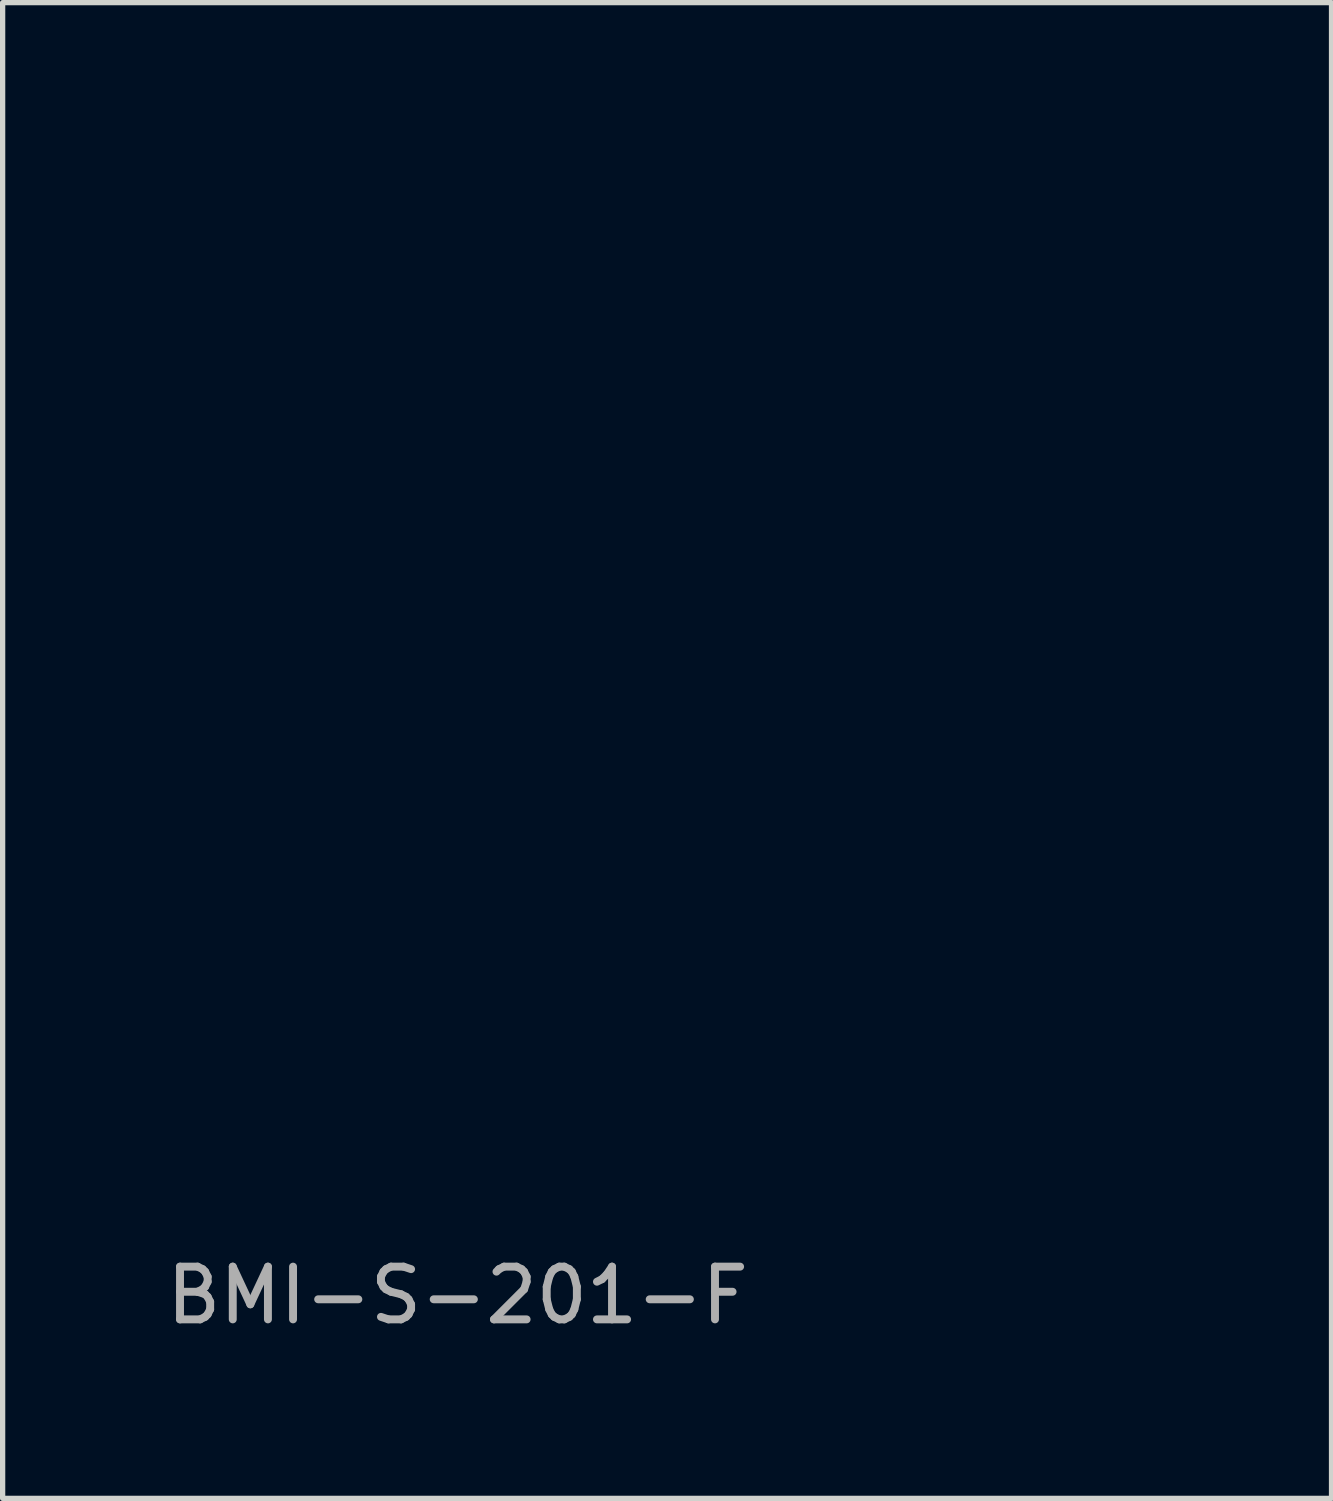
<source format=kicad_pcb>
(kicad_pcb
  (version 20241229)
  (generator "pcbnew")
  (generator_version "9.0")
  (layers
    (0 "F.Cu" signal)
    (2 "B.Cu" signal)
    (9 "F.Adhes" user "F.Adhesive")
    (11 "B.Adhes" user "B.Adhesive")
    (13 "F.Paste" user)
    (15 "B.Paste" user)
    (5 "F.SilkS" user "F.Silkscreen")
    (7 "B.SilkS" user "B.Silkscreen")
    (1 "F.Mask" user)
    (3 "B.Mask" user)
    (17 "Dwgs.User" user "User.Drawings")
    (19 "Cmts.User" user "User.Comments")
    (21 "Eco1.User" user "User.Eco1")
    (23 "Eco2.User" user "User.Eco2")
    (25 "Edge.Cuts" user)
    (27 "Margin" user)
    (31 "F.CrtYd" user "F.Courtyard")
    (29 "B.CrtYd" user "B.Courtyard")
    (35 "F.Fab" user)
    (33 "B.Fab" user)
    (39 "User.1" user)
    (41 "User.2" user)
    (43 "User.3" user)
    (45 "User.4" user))
  (footprint "BMI-S-201-F"
    (layer "F.Cu")
    (at 5.625 14.51)
    (property "Reference" "BMI-S-201-F" (at 0 7 0) (layer "F.Fab") (effects (font (size 1 1) (thickness 0.15))))
    (attr through_hole)
    (fp_line (start 0 -14.46) (end 0 -11.33) (stroke (width 0.1) (type solid)) (layer "F.Mask"))
    (fp_line (start 0 -14.46) (end 2.66 -14.46) (stroke (width 0.1) (type solid)) (layer "F.Mask"))
    (fp_line (start 0 -11.33) (end 1 -11.33) (stroke (width 0.1) (type solid)) (layer "F.Mask"))
    (fp_line (start 0 -9.13) (end 1 -9.13) (stroke (width 0.1) (type solid)) (layer "F.Mask"))
    (fp_line (start 0 -8.58) (end 0 -9.13) (stroke (width 0.1) (type solid)) (layer "F.Mask"))
    (fp_line (start 0 -7.99) (end 0 -8.58) (stroke (width 0.1) (type solid)) (layer "F.Mask"))
    (fp_line (start 0 -7.79) (end 0 -7.99) (stroke (width 0.1) (type solid)) (layer "F.Mask"))
    (fp_line (start 0 -6.92) (end 0 -7.79) (stroke (width 0.1) (type solid)) (layer "F.Mask"))
    (fp_line (start 0 -5.91) (end 0 -6.92) (stroke (width 0.1) (type solid)) (layer "F.Mask"))
    (fp_line (start 0 -5.61) (end 0 -5.91) (stroke (width 0.1) (type solid)) (layer "F.Mask"))
    (fp_line (start 0 -5.44) (end 0 -5.61) (stroke (width 0.1) (type solid)) (layer "F.Mask"))
    (fp_line (start 0 -5.33) (end 0 -5.44) (stroke (width 0.1) (type solid)) (layer "F.Mask"))
    (fp_line (start 0 -5.33) (end 1 -5.33) (stroke (width 0.1) (type solid)) (layer "F.Mask"))
    (fp_line (start 0 -3.13) (end 1 -3.13) (stroke (width 0.1) (type solid)) (layer "F.Mask"))
    (fp_line (start 0 -1) (end 0 0) (stroke (width 0.1) (type solid)) (layer "F.Mask"))
    (fp_line (start 0 0) (end 0 -3.13) (stroke (width 0.1) (type solid)) (layer "F.Mask"))
    (fp_line (start 0 0) (end 2.66 0) (stroke (width 0.1) (type solid)) (layer "F.Mask"))
    (fp_line (start 0.02 -13.51) (end 0.18 -13.61) (stroke (width 0.1) (type solid)) (layer "F.Mask"))
    (fp_line (start 0.03 -5.38) (end 0.06 -5.57) (stroke (width 0.15) (type solid)) (layer "F.Mask"))
    (fp_line (start 0.04 -13.8) (end 0.05 -13.45) (stroke (width 0.1) (type solid)) (layer "F.Mask"))
    (fp_line (start 0.05 -14.41) (end 0.06 -14.16) (stroke (width 0.1) (type solid)) (layer "F.Mask"))
    (fp_line (start 0.05 -13.45) (end 0.52 -13.45) (stroke (width 0.1) (type solid)) (layer "F.Mask"))
    (fp_line (start 0.05 -11.41) (end 0.14 -11.46) (stroke (width 0.1) (type solid)) (layer "F.Mask"))
    (fp_line (start 0.06 -14.16) (end 0.12 -14.41) (stroke (width 0.1) (type solid)) (layer "F.Mask"))
    (fp_line (start 0.06 -9.09) (end 0.07 -8.9) (stroke (width 0.15) (type solid)) (layer "F.Mask"))
    (fp_line (start 0.06 -5.57) (end 0.11 -5.45) (stroke (width 0.15) (type solid)) (layer "F.Mask"))
    (fp_line (start 0.06 -2.86) (end 0.07 -3.05) (stroke (width 0.15) (type solid)) (layer "F.Mask"))
    (fp_line (start 0.07 -8.9) (end 0.19 -9.08) (stroke (width 0.15) (type solid)) (layer "F.Mask"))
    (fp_line (start 0.07 -3.05) (end 0.22 -3.06) (stroke (width 0.15) (type solid)) (layer "F.Mask"))
    (fp_line (start 0.07 -0.2) (end 0.07 -0.1) (stroke (width 0.15) (type solid)) (layer "F.Mask"))
    (fp_line (start 0.07 -0.1) (end 0.25 -0.07) (stroke (width 0.15) (type solid)) (layer "F.Mask"))
    (fp_line (start 0.12 -14.41) (end 0.18 -14.33) (stroke (width 0.1) (type solid)) (layer "F.Mask"))
    (fp_line (start 0.14 -11.46) (end 0.05 -11.51) (stroke (width 0.1) (type solid)) (layer "F.Mask"))
    (fp_line (start 0.18 -14.33) (end 0.24 -14.42) (stroke (width 0.1) (type solid)) (layer "F.Mask"))
    (fp_line (start 0.18 -13.61) (end 0.09 -13.65) (stroke (width 0.1) (type solid)) (layer "F.Mask"))
    (fp_line (start 0.19 -9.08) (end 0.26 -9.08) (stroke (width 0.15) (type solid)) (layer "F.Mask"))
    (fp_line (start 0.22 -3.06) (end 0.91 -3.07) (stroke (width 0.15) (type solid)) (layer "F.Mask"))
    (fp_line (start 0.25 -0.07) (end 2.62 -0.07) (stroke (width 0.15) (type solid)) (layer "F.Mask"))
    (fp_line (start 0.29 -14.42) (end 0.31 -14.38) (stroke (width 0.1) (type solid)) (layer "F.Mask"))
    (fp_line (start 0.32 -11.38) (end 0.05 -11.41) (stroke (width 0.1) (type solid)) (layer "F.Mask"))
    (fp_line (start 0.33 -5.39) (end 0.03 -5.38) (stroke (width 0.15) (type solid)) (layer "F.Mask"))
    (fp_line (start 0.35 -13.53) (end 0.02 -13.51) (stroke (width 0.1) (type solid)) (layer "F.Mask"))
    (fp_line (start 0.46 -13.77) (end 0.46 -11.83) (stroke (width 1) (type solid)) (layer "F.Mask"))
    (fp_line (start 0.48 -0.5) (end 2.17 -0.5) (stroke (width 1) (type solid)) (layer "F.Mask"))
    (fp_line (start 0.49 -8.63) (end 0.49 -5.83) (stroke (width 1) (type solid)) (layer "F.Mask"))
    (fp_line (start 0.49 -2.64) (end 0.48 -0.5) (stroke (width 1) (type solid)) (layer "F.Mask"))
    (fp_line (start 0.51 -13.96) (end 2.15 -13.96) (stroke (width 1) (type solid)) (layer "F.Mask"))
    (fp_line (start 0.7 -9.09) (end 0.95 -9.07) (stroke (width 0.15) (type solid)) (layer "F.Mask"))
    (fp_line (start 0.71 -5.39) (end 0.93 -5.48) (stroke (width 0.15) (type solid)) (layer "F.Mask"))
    (fp_line (start 0.77 -11.37) (end 0.68 -11.41) (stroke (width 0.1) (type solid)) (layer "F.Mask"))
    (fp_line (start 0.79 -11.48) (end 0.77 -11.37) (stroke (width 0.1) (type solid)) (layer "F.Mask"))
    (fp_line (start 0.83 -9) (end 0.96 -8.89) (stroke (width 0.15) (type solid)) (layer "F.Mask"))
    (fp_line (start 0.84 -11.38) (end 0.79 -11.48) (stroke (width 0.1) (type solid)) (layer "F.Mask"))
    (fp_line (start 0.86 -11.55) (end 0.84 -11.38) (stroke (width 0.1) (type solid)) (layer "F.Mask"))
    (fp_line (start 0.91 -3.07) (end 0.93 -2.82) (stroke (width 0.15) (type solid)) (layer "F.Mask"))
    (fp_line (start 0.93 -11.78) (end 0.93 -11.38) (stroke (width 0.1) (type solid)) (layer "F.Mask"))
    (fp_line (start 0.93 -11.38) (end 0.86 -11.55) (stroke (width 0.1) (type solid)) (layer "F.Mask"))
    (fp_line (start 0.93 -5.48) (end 0.93 -5.63) (stroke (width 0.15) (type solid)) (layer "F.Mask"))
    (fp_line (start 0.93 -2.82) (end 0.07 -0.2) (stroke (width 0.15) (type solid)) (layer "F.Mask"))
    (fp_line (start 0.95 -9.07) (end 0.83 -9) (stroke (width 0.15) (type solid)) (layer "F.Mask"))
    (fp_line (start 0.97 -5.38) (end 0.71 -5.39) (stroke (width 0.15) (type solid)) (layer "F.Mask"))
    (fp_line (start 1 -14.15) (end 1 -14.46) (stroke (width 0.1) (type solid)) (layer "F.Mask"))
    (fp_line (start 1 -13.94) (end 1 -14.15) (stroke (width 0.1) (type solid)) (layer "F.Mask"))
    (fp_line (start 1 -13.8) (end 1 -13.94) (stroke (width 0.1) (type solid)) (layer "F.Mask"))
    (fp_line (start 1 -11.81) (end 1 -13.8) (stroke (width 0.1) (type solid)) (layer "F.Mask"))
    (fp_line (start 1 -11.33) (end 1 -11.81) (stroke (width 0.1) (type solid)) (layer "F.Mask"))
    (fp_line (start 1 -9.13) (end 1 -8.48) (stroke (width 0.1) (type solid)) (layer "F.Mask"))
    (fp_line (start 1 -8.48) (end 1 -8.15) (stroke (width 0.1) (type solid)) (layer "F.Mask"))
    (fp_line (start 1 -8.15) (end 1 -7.65) (stroke (width 0.1) (type solid)) (layer "F.Mask"))
    (fp_line (start 1 -7.65) (end 1 -7.3) (stroke (width 0.1) (type solid)) (layer "F.Mask"))
    (fp_line (start 1 -7.3) (end 1 -6.85) (stroke (width 0.1) (type solid)) (layer "F.Mask"))
    (fp_line (start 1 -6.85) (end 1 -6.27) (stroke (width 0.1) (type solid)) (layer "F.Mask"))
    (fp_line (start 1 -6.27) (end 1 -5.73) (stroke (width 0.1) (type solid)) (layer "F.Mask"))
    (fp_line (start 1 -5.73) (end 1 -5.33) (stroke (width 0.1) (type solid)) (layer "F.Mask"))
    (fp_line (start 1 -3.13) (end 1 0) (stroke (width 0.1) (type solid)) (layer "F.Mask"))
    (fp_line (start 1 0) (end 0 0) (stroke (width 0.1) (type solid)) (layer "F.Mask"))
    (fp_line (start 2.32 -13.54) (end 2.56 -13.64) (stroke (width 0.1) (type solid)) (layer "F.Mask"))
    (fp_line (start 2.42 -14.28) (end 2.42 -14.41) (stroke (width 0.1) (type solid)) (layer "F.Mask"))
    (fp_line (start 2.53 -14.41) (end 2.42 -14.28) (stroke (width 0.1) (type solid)) (layer "F.Mask"))
    (fp_line (start 2.54 -0.18) (end 2.56 -0.94) (stroke (width 0.15) (type solid)) (layer "F.Mask"))
    (fp_line (start 2.56 -0.94) (end 2.4 -0.92) (stroke (width 0.15) (type solid)) (layer "F.Mask"))
    (fp_line (start 2.59 -14.18) (end 2.53 -14.41) (stroke (width 0.1) (type solid)) (layer "F.Mask"))
    (fp_line (start 2.59 -0.22) (end 2.54 -0.18) (stroke (width 0.15) (type solid)) (layer "F.Mask"))
    (fp_line (start 2.6 -14.41) (end 2.59 -14.18) (stroke (width 0.1) (type solid)) (layer "F.Mask"))
    (fp_line (start 2.6 -13.82) (end 2.6 -13.53) (stroke (width 0.1) (type solid)) (layer "F.Mask"))
    (fp_line (start 2.6 -13.53) (end 2.32 -13.54) (stroke (width 0.1) (type solid)) (layer "F.Mask"))
    (fp_line (start 2.62 -0.07) (end 2.59 -0.22) (stroke (width 0.15) (type solid)) (layer "F.Mask"))
    (fp_line (start 2.66 -14.46) (end 2.66 -13.46) (stroke (width 0.1) (type solid)) (layer "F.Mask"))
    (fp_line (start 2.66 -13.46) (end 1 -13.46) (stroke (width 0.1) (type solid)) (layer "F.Mask"))
    (fp_line (start 2.66 -1) (end 0 -1) (stroke (width 0.1) (type solid)) (layer "F.Mask"))
    (fp_line (start 2.66 0) (end 2.66 -1) (stroke (width 0.1) (type solid)) (layer "F.Mask"))
    (fp_line (start 4.86 -14.46) (end 8.86 -14.46) (stroke (width 0.1) (type solid)) (layer "F.Mask"))
    (fp_line (start 4.86 -13.46) (end 4.86 -14.46) (stroke (width 0.1) (type solid)) (layer "F.Mask"))
    (fp_line (start 4.86 -1) (end 4.86 0) (stroke (width 0.1) (type solid)) (layer "F.Mask"))
    (fp_line (start 4.86 0) (end 8.66 0) (stroke (width 0.1) (type solid)) (layer "F.Mask"))
    (fp_line (start 4.9 -0.06) (end 4.94 -0.93) (stroke (width 0.15) (type solid)) (layer "F.Mask"))
    (fp_line (start 4.92 -14.4) (end 4.92 -14.32) (stroke (width 0.15) (type solid)) (layer "F.Mask"))
    (fp_line (start 4.92 -14.32) (end 4.93 -13.5) (stroke (width 0.15) (type solid)) (layer "F.Mask"))
    (fp_line (start 4.93 -13.5) (end 5.14 -13.55) (stroke (width 0.15) (type solid)) (layer "F.Mask"))
    (fp_line (start 4.94 -0.93) (end 5.14 -0.93) (stroke (width 0.15) (type solid)) (layer "F.Mask"))
    (fp_line (start 5.11 -14.37) (end 4.92 -14.4) (stroke (width 0.15) (type solid)) (layer "F.Mask"))
    (fp_line (start 5.13 -0.07) (end 4.9 -0.06) (stroke (width 0.15) (type solid)) (layer "F.Mask"))
    (fp_line (start 5.14 -13.55) (end 5.18 -13.62) (stroke (width 0.15) (type solid)) (layer "F.Mask"))
    (fp_line (start 5.14 -0.93) (end 5.62 -0.75) (stroke (width 0.15) (type solid)) (layer "F.Mask"))
    (fp_line (start 5.31 -13.98) (end 8.36 -13.96) (stroke (width 1) (type solid)) (layer "F.Mask"))
    (fp_line (start 5.33 -0.48) (end 8.15 -0.48) (stroke (width 1) (type solid)) (layer "F.Mask"))
    (fp_line (start 8.24 -0.95) (end 8.6 -0.94) (stroke (width 0.15) (type solid)) (layer "F.Mask"))
    (fp_line (start 8.5 -0.87) (end 8.59 -0.09) (stroke (width 0.15) (type solid)) (layer "F.Mask"))
    (fp_line (start 8.59 -0.09) (end 8.38 -0.06) (stroke (width 0.15) (type solid)) (layer "F.Mask"))
    (fp_line (start 8.6 -0.94) (end 8.6 -0.69) (stroke (width 0.15) (type solid)) (layer "F.Mask"))
    (fp_line (start 8.6 -0.69) (end 8.49 -0.89) (stroke (width 0.15) (type solid)) (layer "F.Mask"))
    (fp_line (start 8.61 -13.53) (end 8.69 -13.63) (stroke (width 0.15) (type solid)) (layer "F.Mask"))
    (fp_line (start 8.64 -14.39) (end 8.73 -14.31) (stroke (width 0.15) (type solid)) (layer "F.Mask"))
    (fp_line (start 8.66 -1) (end 4.86 -1) (stroke (width 0.1) (type solid)) (layer "F.Mask"))
    (fp_line (start 8.66 -1) (end 8.66 0) (stroke (width 0.1) (type solid)) (layer "F.Mask"))
    (fp_line (start 8.78 -14.1) (end 8.81 -14.38) (stroke (width 0.15) (type solid)) (layer "F.Mask"))
    (fp_line (start 8.78 -13.88) (end 8.8 -13.51) (stroke (width 0.15) (type solid)) (layer "F.Mask"))
    (fp_line (start 8.8 -13.51) (end 8.61 -13.53) (stroke (width 0.15) (type solid)) (layer "F.Mask"))
    (fp_line (start 8.81 -14.38) (end 8.64 -14.39) (stroke (width 0.15) (type solid)) (layer "F.Mask"))
    (fp_line (start 8.86 -14.46) (end 8.86 -13.46) (stroke (width 0.1) (type solid)) (layer "F.Mask"))
    (fp_line (start 8.86 -13.46) (end 4.86 -13.46) (stroke (width 0.1) (type solid)) (layer "F.Mask"))
    (fp_line (start 10.81 -14.46) (end 11.35 -14.46) (stroke (width 0.1) (type solid)) (layer "F.Mask"))
    (fp_line (start 10.81 -13.46) (end 10.81 -14.46) (stroke (width 0.1) (type solid)) (layer "F.Mask"))
    (fp_line (start 10.85 -14.3) (end 10.87 -14.4) (stroke (width 0.15) (type solid)) (layer "F.Mask"))
    (fp_line (start 10.86 -13.72) (end 10.94 -13.6) (stroke (width 0.15) (type solid)) (layer "F.Mask"))
    (fp_line (start 10.86 -1) (end 10.86 0) (stroke (width 0.1) (type solid)) (layer "F.Mask"))
    (fp_line (start 10.86 -1) (end 13.51 -1) (stroke (width 0.1) (type solid)) (layer "F.Mask"))
    (fp_line (start 10.87 -14.4) (end 10.99 -14.4) (stroke (width 0.15) (type solid)) (layer "F.Mask"))
    (fp_line (start 10.89 -13.51) (end 10.86 -13.72) (stroke (width 0.15) (type solid)) (layer "F.Mask"))
    (fp_line (start 10.91 -0.29) (end 10.94 -0.07) (stroke (width 0.15) (type solid)) (layer "F.Mask"))
    (fp_line (start 10.92 -0.73) (end 10.93 -0.94) (stroke (width 0.15) (type solid)) (layer "F.Mask"))
    (fp_line (start 10.93 -14.24) (end 10.85 -14.3) (stroke (width 0.15) (type solid)) (layer "F.Mask"))
    (fp_line (start 10.93 -0.94) (end 11.1 -0.92) (stroke (width 0.15) (type solid)) (layer "F.Mask"))
    (fp_line (start 10.94 -0.07) (end 11.11 -0.09) (stroke (width 0.15) (type solid)) (layer "F.Mask"))
    (fp_line (start 10.99 -14.4) (end 10.98 -14.34) (stroke (width 0.15) (type solid)) (layer "F.Mask"))
    (fp_line (start 11.26 -13.56) (end 10.89 -13.51) (stroke (width 0.15) (type solid)) (layer "F.Mask"))
    (fp_line (start 11.34 -0.5) (end 13.05 -0.49) (stroke (width 1) (type solid)) (layer "F.Mask"))
    (fp_line (start 11.35 -14.46) (end 13.08 -14.46) (stroke (width 0.1) (type solid)) (layer "F.Mask"))
    (fp_line (start 12.51 -13.46) (end 10.81 -13.46) (stroke (width 0.1) (type solid)) (layer "F.Mask"))
    (fp_line (start 12.51 -11.33) (end 12.51 -13.46) (stroke (width 0.1) (type solid)) (layer "F.Mask"))
    (fp_line (start 12.51 -9.13) (end 13.51 -9.13) (stroke (width 0.1) (type solid)) (layer "F.Mask"))
    (fp_line (start 12.51 -9.01) (end 12.51 -9.13) (stroke (width 0.1) (type solid)) (layer "F.Mask"))
    (fp_line (start 12.51 -7.89) (end 12.51 -9.01) (stroke (width 0.1) (type solid)) (layer "F.Mask"))
    (fp_line (start 12.51 -7.21) (end 12.51 -7.89) (stroke (width 0.1) (type solid)) (layer "F.Mask"))
    (fp_line (start 12.51 -6.63) (end 12.51 -7.21) (stroke (width 0.1) (type solid)) (layer "F.Mask"))
    (fp_line (start 12.51 -6.57) (end 12.51 -6.63) (stroke (width 0.1) (type solid)) (layer "F.Mask"))
    (fp_line (start 12.51 -5.33) (end 12.51 -6.57) (stroke (width 0.1) (type solid)) (layer "F.Mask"))
    (fp_line (start 12.51 -5.33) (end 13.51 -5.33) (stroke (width 0.1) (type solid)) (layer "F.Mask"))
    (fp_line (start 12.51 -3.13) (end 12.51 -1) (stroke (width 0.1) (type solid)) (layer "F.Mask"))
    (fp_line (start 12.55 -11.63) (end 12.64 -11.47) (stroke (width 0.15) (type solid)) (layer "F.Mask"))
    (fp_line (start 12.56 -8.82) (end 12.57 -9.07) (stroke (width 0.15) (type solid)) (layer "F.Mask"))
    (fp_line (start 12.57 -11.39) (end 12.55 -11.63) (stroke (width 0.15) (type solid)) (layer "F.Mask"))
    (fp_line (start 12.57 -9.07) (end 12.74 -9.1) (stroke (width 0.15) (type solid)) (layer "F.Mask"))
    (fp_line (start 12.57 -5.63) (end 12.72 -5.41) (stroke (width 0.15) (type solid)) (layer "F.Mask"))
    (fp_line (start 12.57 -3.08) (end 12.79 -3.02) (stroke (width 0.15) (type solid)) (layer "F.Mask"))
    (fp_line (start 12.58 -2.8) (end 12.57 -3.08) (stroke (width 0.15) (type solid)) (layer "F.Mask"))
    (fp_line (start 12.59 -5.39) (end 12.57 -5.63) (stroke (width 0.15) (type solid)) (layer "F.Mask"))
    (fp_line (start 12.72 -5.41) (end 12.72 -5.44) (stroke (width 0.15) (type solid)) (layer "F.Mask"))
    (fp_line (start 12.74 -9.1) (end 12.63 -8.97) (stroke (width 0.15) (type solid)) (layer "F.Mask"))
    (fp_line (start 12.91 -5.39) (end 12.59 -5.39) (stroke (width 0.15) (type solid)) (layer "F.Mask"))
    (fp_line (start 13 -0.48) (end 13.01 -2.65) (stroke (width 1) (type solid)) (layer "F.Mask"))
    (fp_line (start 13.01 -11.85) (end 13.02 -13.98) (stroke (width 1) (type solid)) (layer "F.Mask"))
    (fp_line (start 13.02 -5.85) (end 13.02 -8.64) (stroke (width 1) (type solid)) (layer "F.Mask"))
    (fp_line (start 13.03 -13.97) (end 11.3 -13.98) (stroke (width 1) (type solid)) (layer "F.Mask"))
    (fp_line (start 13.08 -14.46) (end 13.51 -14.46) (stroke (width 0.1) (type solid)) (layer "F.Mask"))
    (fp_line (start 13.13 -9.06) (end 13.45 -9.04) (stroke (width 0.15) (type solid)) (layer "F.Mask"))
    (fp_line (start 13.19 -11.38) (end 13.37 -11.46) (stroke (width 0.15) (type solid)) (layer "F.Mask"))
    (fp_line (start 13.23 -0.09) (end 13.42 -0.08) (stroke (width 0.15) (type solid)) (layer "F.Mask"))
    (fp_line (start 13.33 -5.44) (end 13.25 -5.42) (stroke (width 0.15) (type solid)) (layer "F.Mask"))
    (fp_line (start 13.36 -11.46) (end 12.57 -11.39) (stroke (width 0.15) (type solid)) (layer "F.Mask"))
    (fp_line (start 13.42 -11.4) (end 13.19 -11.38) (stroke (width 0.15) (type solid)) (layer "F.Mask"))
    (fp_line (start 13.42 -5.38) (end 13.33 -5.44) (stroke (width 0.15) (type solid)) (layer "F.Mask"))
    (fp_line (start 13.42 -3.08) (end 13.3 -3.06) (stroke (width 0.15) (type solid)) (layer "F.Mask"))
    (fp_line (start 13.42 -0.08) (end 13.45 -0.18) (stroke (width 0.15) (type solid)) (layer "F.Mask"))
    (fp_line (start 13.43 -14.39) (end 13.26 -14.4) (stroke (width 0.15) (type solid)) (layer "F.Mask"))
    (fp_line (start 13.43 -2.79) (end 13.42 -3.08) (stroke (width 0.15) (type solid)) (layer "F.Mask"))
    (fp_line (start 13.44 -14.14) (end 13.43 -14.39) (stroke (width 0.15) (type solid)) (layer "F.Mask"))
    (fp_line (start 13.45 -11.74) (end 13.42 -11.4) (stroke (width 0.15) (type solid)) (layer "F.Mask"))
    (fp_line (start 13.45 -9.04) (end 13.45 -8.93) (stroke (width 0.15) (type solid)) (layer "F.Mask"))
    (fp_line (start 13.45 -5.62) (end 13.42 -5.38) (stroke (width 0.15) (type solid)) (layer "F.Mask"))
    (fp_line (start 13.51 -14.46) (end 13.51 -11.33) (stroke (width 0.1) (type solid)) (layer "F.Mask"))
    (fp_line (start 13.51 -11.33) (end 12.51 -11.33) (stroke (width 0.1) (type solid)) (layer "F.Mask"))
    (fp_line (start 13.51 -9.13) (end 13.51 -5.33) (stroke (width 0.1) (type solid)) (layer "F.Mask"))
    (fp_line (start 13.51 -3.13) (end 12.51 -3.13) (stroke (width 0.1) (type solid)) (layer "F.Mask"))
    (fp_line (start 13.51 -1) (end 13.51 0) (stroke (width 0.1) (type solid)) (layer "F.Mask"))
    (fp_line (start 13.51 0) (end 10.86 0) (stroke (width 0.1) (type solid)) (layer "F.Mask"))
    (fp_line (start 13.52 0) (end 13.51 -3.13) (stroke (width 0.1) (type solid)) (layer "F.Mask")))
  (gr_rect
    (start -3 -3)
    (end 22.195 25.358)
    (stroke (width 0.1) (type default))
    (fill no)
    (layer "Edge.Cuts")))
</source>
